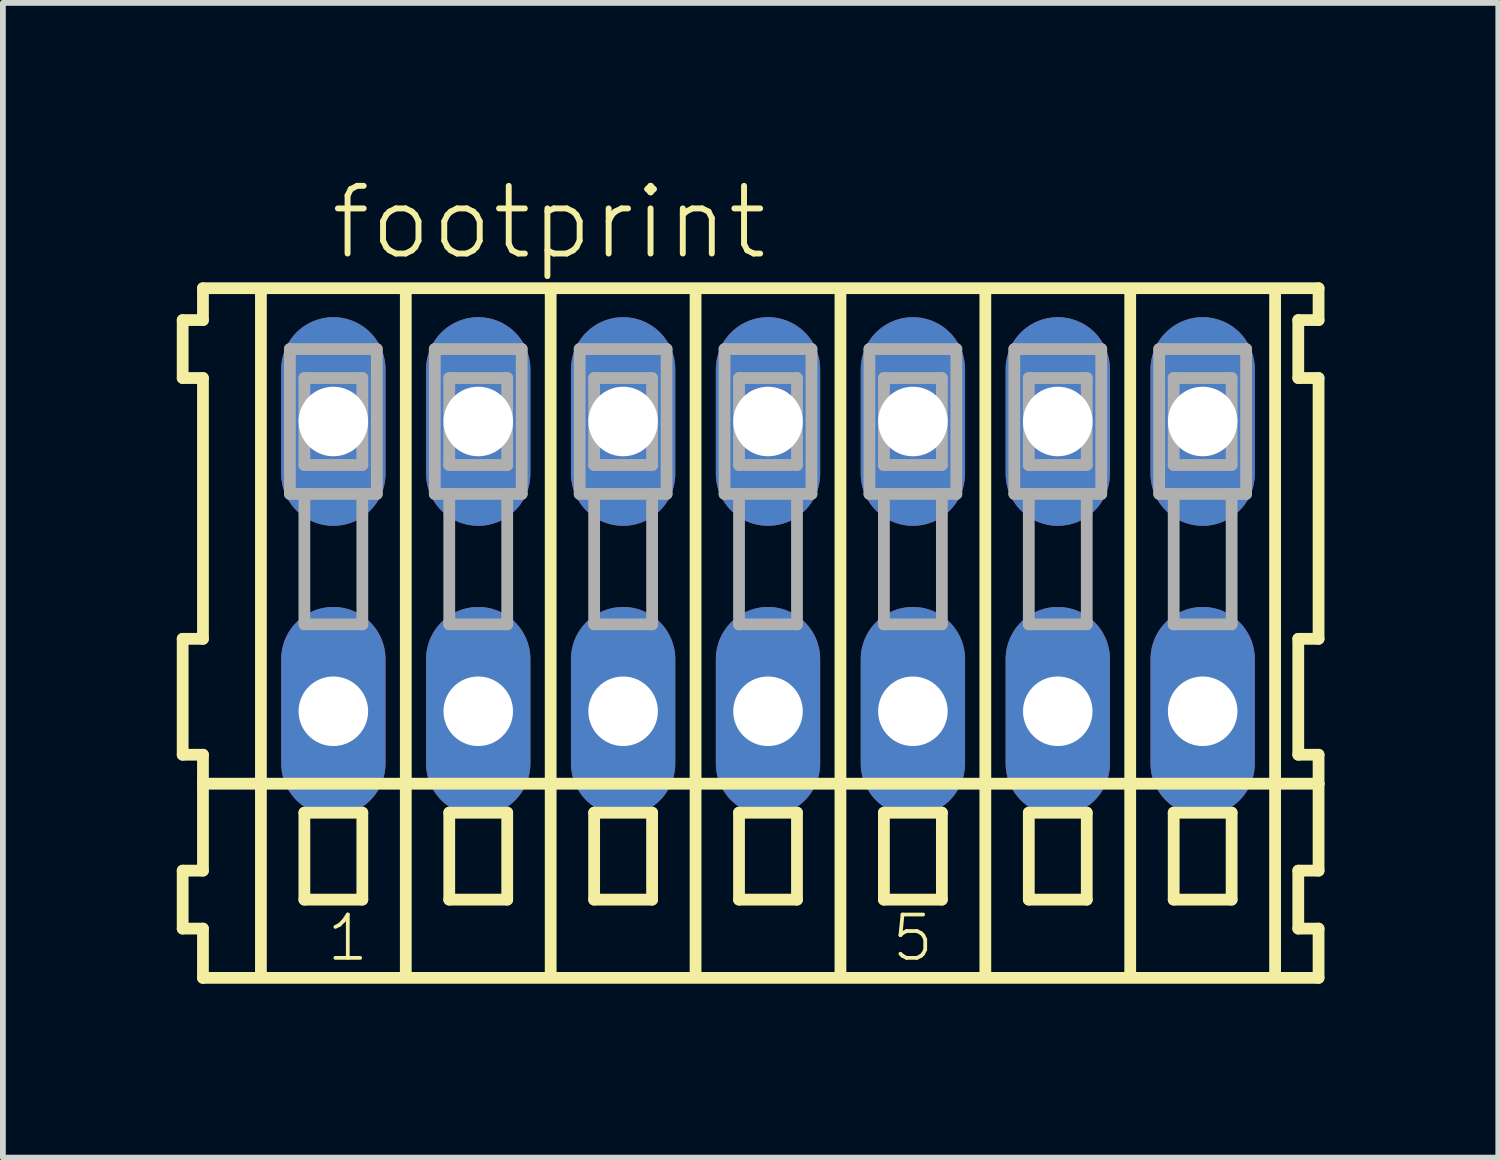
<source format=kicad_pcb>
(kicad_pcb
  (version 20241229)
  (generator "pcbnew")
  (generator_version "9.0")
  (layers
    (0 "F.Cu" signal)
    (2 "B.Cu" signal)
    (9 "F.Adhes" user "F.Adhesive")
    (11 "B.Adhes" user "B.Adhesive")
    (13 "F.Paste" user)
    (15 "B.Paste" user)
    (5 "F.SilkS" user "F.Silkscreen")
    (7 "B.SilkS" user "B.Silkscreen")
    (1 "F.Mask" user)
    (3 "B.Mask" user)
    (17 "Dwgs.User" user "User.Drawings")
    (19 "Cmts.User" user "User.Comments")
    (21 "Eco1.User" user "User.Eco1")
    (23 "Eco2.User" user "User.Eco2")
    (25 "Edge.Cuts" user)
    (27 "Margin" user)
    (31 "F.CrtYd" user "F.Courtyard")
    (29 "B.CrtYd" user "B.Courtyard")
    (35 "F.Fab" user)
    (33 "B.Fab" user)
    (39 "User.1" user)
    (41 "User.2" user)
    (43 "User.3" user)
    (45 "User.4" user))
  (footprint "footprint"
    (layer "F.Cu")
    (at 10.202 6.723)
    (property "Reference" "footprint" (at -7.6 -5.25 0) (layer "F.SilkS") (effects (font (size 1.168 1.168) (thickness 0.102)) (justify left bottom)))
    (fp_line (start -10.1 -4.25) (end -10.1 -3.25) (stroke (width 0.203) (type solid)) (layer "F.SilkS"))
    (fp_line (start -10.1 -3.25) (end -9.75 -3.25) (stroke (width 0.203) (type solid)) (layer "F.SilkS"))
    (fp_line (start -10.1 1.25) (end -10.1 3.25) (stroke (width 0.203) (type solid)) (layer "F.SilkS"))
    (fp_line (start -10.1 3.25) (end -9.75 3.25) (stroke (width 0.203) (type solid)) (layer "F.SilkS"))
    (fp_line (start -10.1 5.25) (end -10.1 6.25) (stroke (width 0.203) (type solid)) (layer "F.SilkS"))
    (fp_line (start -10.1 6.25) (end -9.75 6.25) (stroke (width 0.203) (type solid)) (layer "F.SilkS"))
    (fp_line (start -9.75 -4.8) (end -9.75 -4.25) (stroke (width 0.203) (type solid)) (layer "F.SilkS"))
    (fp_line (start -9.75 -4.25) (end -10.1 -4.25) (stroke (width 0.203) (type solid)) (layer "F.SilkS"))
    (fp_line (start -9.75 -3.25) (end -9.75 1.25) (stroke (width 0.203) (type solid)) (layer "F.SilkS"))
    (fp_line (start -9.75 1.25) (end -10.1 1.25) (stroke (width 0.203) (type solid)) (layer "F.SilkS"))
    (fp_line (start -9.75 3.25) (end -9.75 5.25) (stroke (width 0.203) (type solid)) (layer "F.SilkS"))
    (fp_line (start -9.75 3.75) (end 9.5 3.75) (stroke (width 0.203) (type solid)) (layer "F.SilkS"))
    (fp_line (start -9.75 5.25) (end -10.1 5.25) (stroke (width 0.203) (type solid)) (layer "F.SilkS"))
    (fp_line (start -9.75 6.25) (end -9.75 7.1) (stroke (width 0.203) (type solid)) (layer "F.SilkS"))
    (fp_line (start -9.75 7.1) (end 9.5 7.1) (stroke (width 0.203) (type solid)) (layer "F.SilkS"))
    (fp_line (start -8.75 -4.75) (end -8.75 7) (stroke (width 0.203) (type solid)) (layer "F.SilkS"))
    (fp_line (start -8 4.25) (end -8 5.75) (stroke (width 0.203) (type solid)) (layer "F.SilkS"))
    (fp_line (start -8 5.75) (end -7 5.75) (stroke (width 0.203) (type solid)) (layer "F.SilkS"))
    (fp_line (start -7 4.25) (end -8 4.25) (stroke (width 0.203) (type solid)) (layer "F.SilkS"))
    (fp_line (start -7 5.75) (end -7 4.25) (stroke (width 0.203) (type solid)) (layer "F.SilkS"))
    (fp_line (start -6.25 -4.75) (end -6.25 7) (stroke (width 0.203) (type solid)) (layer "F.SilkS"))
    (fp_line (start -5.5 4.25) (end -5.5 5.75) (stroke (width 0.203) (type solid)) (layer "F.SilkS"))
    (fp_line (start -5.5 5.75) (end -4.5 5.75) (stroke (width 0.203) (type solid)) (layer "F.SilkS"))
    (fp_line (start -4.5 4.25) (end -5.5 4.25) (stroke (width 0.203) (type solid)) (layer "F.SilkS"))
    (fp_line (start -4.5 5.75) (end -4.5 4.25) (stroke (width 0.203) (type solid)) (layer "F.SilkS"))
    (fp_line (start -3.75 -4.75) (end -3.75 7) (stroke (width 0.203) (type solid)) (layer "F.SilkS"))
    (fp_line (start -3 4.25) (end -3 5.75) (stroke (width 0.203) (type solid)) (layer "F.SilkS"))
    (fp_line (start -3 5.75) (end -2 5.75) (stroke (width 0.203) (type solid)) (layer "F.SilkS"))
    (fp_line (start -2 4.25) (end -3 4.25) (stroke (width 0.203) (type solid)) (layer "F.SilkS"))
    (fp_line (start -2 5.75) (end -2 4.25) (stroke (width 0.203) (type solid)) (layer "F.SilkS"))
    (fp_line (start -1.25 -4.75) (end -1.25 7) (stroke (width 0.203) (type solid)) (layer "F.SilkS"))
    (fp_line (start -0.5 4.25) (end -0.5 5.75) (stroke (width 0.203) (type solid)) (layer "F.SilkS"))
    (fp_line (start -0.5 5.75) (end 0.5 5.75) (stroke (width 0.203) (type solid)) (layer "F.SilkS"))
    (fp_line (start 0.5 4.25) (end -0.5 4.25) (stroke (width 0.203) (type solid)) (layer "F.SilkS"))
    (fp_line (start 0.5 5.75) (end 0.5 4.25) (stroke (width 0.203) (type solid)) (layer "F.SilkS"))
    (fp_line (start 1.25 -4.75) (end 1.25 7) (stroke (width 0.203) (type solid)) (layer "F.SilkS"))
    (fp_line (start 2 4.25) (end 2 5.75) (stroke (width 0.203) (type solid)) (layer "F.SilkS"))
    (fp_line (start 2 5.75) (end 3 5.75) (stroke (width 0.203) (type solid)) (layer "F.SilkS"))
    (fp_line (start 3 4.25) (end 2 4.25) (stroke (width 0.203) (type solid)) (layer "F.SilkS"))
    (fp_line (start 3 5.75) (end 3 4.25) (stroke (width 0.203) (type solid)) (layer "F.SilkS"))
    (fp_line (start 3.75 -4.75) (end 3.75 7) (stroke (width 0.203) (type solid)) (layer "F.SilkS"))
    (fp_line (start 4.5 4.25) (end 4.5 5.75) (stroke (width 0.203) (type solid)) (layer "F.SilkS"))
    (fp_line (start 4.5 5.75) (end 5.5 5.75) (stroke (width 0.203) (type solid)) (layer "F.SilkS"))
    (fp_line (start 5.5 4.25) (end 4.5 4.25) (stroke (width 0.203) (type solid)) (layer "F.SilkS"))
    (fp_line (start 5.5 5.75) (end 5.5 4.25) (stroke (width 0.203) (type solid)) (layer "F.SilkS"))
    (fp_line (start 6.25 -4.75) (end 6.25 7) (stroke (width 0.203) (type solid)) (layer "F.SilkS"))
    (fp_line (start 7 4.25) (end 7 5.75) (stroke (width 0.203) (type solid)) (layer "F.SilkS"))
    (fp_line (start 7 5.75) (end 8 5.75) (stroke (width 0.203) (type solid)) (layer "F.SilkS"))
    (fp_line (start 8 4.25) (end 7 4.25) (stroke (width 0.203) (type solid)) (layer "F.SilkS"))
    (fp_line (start 8 5.75) (end 8 4.25) (stroke (width 0.203) (type solid)) (layer "F.SilkS"))
    (fp_line (start 8.75 -4.75) (end 8.75 7) (stroke (width 0.203) (type solid)) (layer "F.SilkS"))
    (fp_line (start 9.15 -4.25) (end 9.15 -3.25) (stroke (width 0.203) (type solid)) (layer "F.SilkS"))
    (fp_line (start 9.15 -3.25) (end 9.5 -3.25) (stroke (width 0.203) (type solid)) (layer "F.SilkS"))
    (fp_line (start 9.15 1.25) (end 9.15 3.25) (stroke (width 0.203) (type solid)) (layer "F.SilkS"))
    (fp_line (start 9.15 3.25) (end 9.5 3.25) (stroke (width 0.203) (type solid)) (layer "F.SilkS"))
    (fp_line (start 9.15 5.25) (end 9.15 6.25) (stroke (width 0.203) (type solid)) (layer "F.SilkS"))
    (fp_line (start 9.15 6.25) (end 9.5 6.25) (stroke (width 0.203) (type solid)) (layer "F.SilkS"))
    (fp_line (start 9.5 -4.8) (end -9.75 -4.8) (stroke (width 0.203) (type solid)) (layer "F.SilkS"))
    (fp_line (start 9.5 -4.25) (end 9.15 -4.25) (stroke (width 0.203) (type solid)) (layer "F.SilkS"))
    (fp_line (start 9.5 -4.25) (end 9.5 -4.8) (stroke (width 0.203) (type solid)) (layer "F.SilkS"))
    (fp_line (start 9.5 1.25) (end 9.15 1.25) (stroke (width 0.203) (type solid)) (layer "F.SilkS"))
    (fp_line (start 9.5 1.25) (end 9.5 -3.25) (stroke (width 0.203) (type solid)) (layer "F.SilkS"))
    (fp_line (start 9.5 3.75) (end 9.5 3.25) (stroke (width 0.203) (type solid)) (layer "F.SilkS"))
    (fp_line (start 9.5 5.25) (end 9.15 5.25) (stroke (width 0.203) (type solid)) (layer "F.SilkS"))
    (fp_line (start 9.5 5.25) (end 9.5 3.75) (stroke (width 0.203) (type solid)) (layer "F.SilkS"))
    (fp_line (start 9.5 7.1) (end 9.5 6.25) (stroke (width 0.203) (type solid)) (layer "F.SilkS"))
    (fp_line (start -8.25 -3.75) (end -8.25 -1.25) (stroke (width 0.203) (type solid)) (layer "F.Fab"))
    (fp_line (start -8.25 -1.25) (end -8 -1.25) (stroke (width 0.203) (type solid)) (layer "F.Fab"))
    (fp_line (start -8 -3.25) (end -8 -1.75) (stroke (width 0.203) (type solid)) (layer "F.Fab"))
    (fp_line (start -8 -1.75) (end -7 -1.75) (stroke (width 0.203) (type solid)) (layer "F.Fab"))
    (fp_line (start -8 -1.25) (end -8 1) (stroke (width 0.203) (type solid)) (layer "F.Fab"))
    (fp_line (start -8 -1.25) (end -7 -1.25) (stroke (width 0.203) (type solid)) (layer "F.Fab"))
    (fp_line (start -8 1) (end -7 1) (stroke (width 0.203) (type solid)) (layer "F.Fab"))
    (fp_line (start -7 -3.25) (end -8 -3.25) (stroke (width 0.203) (type solid)) (layer "F.Fab"))
    (fp_line (start -7 -1.75) (end -7 -3.25) (stroke (width 0.203) (type solid)) (layer "F.Fab"))
    (fp_line (start -7 -1.25) (end -6.75 -1.25) (stroke (width 0.203) (type solid)) (layer "F.Fab"))
    (fp_line (start -7 1) (end -7 -1.25) (stroke (width 0.203) (type solid)) (layer "F.Fab"))
    (fp_line (start -6.75 -3.75) (end -8.25 -3.75) (stroke (width 0.203) (type solid)) (layer "F.Fab"))
    (fp_line (start -6.75 -1.25) (end -6.75 -3.75) (stroke (width 0.203) (type solid)) (layer "F.Fab"))
    (fp_line (start -5.75 -3.75) (end -5.75 -1.25) (stroke (width 0.203) (type solid)) (layer "F.Fab"))
    (fp_line (start -5.75 -1.25) (end -5.5 -1.25) (stroke (width 0.203) (type solid)) (layer "F.Fab"))
    (fp_line (start -5.5 -3.25) (end -5.5 -1.75) (stroke (width 0.203) (type solid)) (layer "F.Fab"))
    (fp_line (start -5.5 -1.75) (end -4.5 -1.75) (stroke (width 0.203) (type solid)) (layer "F.Fab"))
    (fp_line (start -5.5 -1.25) (end -5.5 1) (stroke (width 0.203) (type solid)) (layer "F.Fab"))
    (fp_line (start -5.5 -1.25) (end -4.5 -1.25) (stroke (width 0.203) (type solid)) (layer "F.Fab"))
    (fp_line (start -5.5 1) (end -4.5 1) (stroke (width 0.203) (type solid)) (layer "F.Fab"))
    (fp_line (start -4.5 -3.25) (end -5.5 -3.25) (stroke (width 0.203) (type solid)) (layer "F.Fab"))
    (fp_line (start -4.5 -1.75) (end -4.5 -3.25) (stroke (width 0.203) (type solid)) (layer "F.Fab"))
    (fp_line (start -4.5 -1.25) (end -4.25 -1.25) (stroke (width 0.203) (type solid)) (layer "F.Fab"))
    (fp_line (start -4.5 1) (end -4.5 -1.25) (stroke (width 0.203) (type solid)) (layer "F.Fab"))
    (fp_line (start -4.25 -3.75) (end -5.75 -3.75) (stroke (width 0.203) (type solid)) (layer "F.Fab"))
    (fp_line (start -4.25 -1.25) (end -4.25 -3.75) (stroke (width 0.203) (type solid)) (layer "F.Fab"))
    (fp_line (start -3.25 -3.75) (end -3.25 -1.25) (stroke (width 0.203) (type solid)) (layer "F.Fab"))
    (fp_line (start -3.25 -1.25) (end -3 -1.25) (stroke (width 0.203) (type solid)) (layer "F.Fab"))
    (fp_line (start -3 -3.25) (end -3 -1.75) (stroke (width 0.203) (type solid)) (layer "F.Fab"))
    (fp_line (start -3 -1.75) (end -2 -1.75) (stroke (width 0.203) (type solid)) (layer "F.Fab"))
    (fp_line (start -3 -1.25) (end -3 1) (stroke (width 0.203) (type solid)) (layer "F.Fab"))
    (fp_line (start -3 -1.25) (end -2 -1.25) (stroke (width 0.203) (type solid)) (layer "F.Fab"))
    (fp_line (start -3 1) (end -2 1) (stroke (width 0.203) (type solid)) (layer "F.Fab"))
    (fp_line (start -2 -3.25) (end -3 -3.25) (stroke (width 0.203) (type solid)) (layer "F.Fab"))
    (fp_line (start -2 -1.75) (end -2 -3.25) (stroke (width 0.203) (type solid)) (layer "F.Fab"))
    (fp_line (start -2 -1.25) (end -1.75 -1.25) (stroke (width 0.203) (type solid)) (layer "F.Fab"))
    (fp_line (start -2 1) (end -2 -1.25) (stroke (width 0.203) (type solid)) (layer "F.Fab"))
    (fp_line (start -1.75 -3.75) (end -3.25 -3.75) (stroke (width 0.203) (type solid)) (layer "F.Fab"))
    (fp_line (start -1.75 -1.25) (end -1.75 -3.75) (stroke (width 0.203) (type solid)) (layer "F.Fab"))
    (fp_line (start -0.75 -3.75) (end -0.75 -1.25) (stroke (width 0.203) (type solid)) (layer "F.Fab"))
    (fp_line (start -0.75 -1.25) (end -0.5 -1.25) (stroke (width 0.203) (type solid)) (layer "F.Fab"))
    (fp_line (start -0.5 -3.25) (end -0.5 -1.75) (stroke (width 0.203) (type solid)) (layer "F.Fab"))
    (fp_line (start -0.5 -1.75) (end 0.5 -1.75) (stroke (width 0.203) (type solid)) (layer "F.Fab"))
    (fp_line (start -0.5 -1.25) (end -0.5 1) (stroke (width 0.203) (type solid)) (layer "F.Fab"))
    (fp_line (start -0.5 -1.25) (end 0.5 -1.25) (stroke (width 0.203) (type solid)) (layer "F.Fab"))
    (fp_line (start -0.5 1) (end 0.5 1) (stroke (width 0.203) (type solid)) (layer "F.Fab"))
    (fp_line (start 0.5 -3.25) (end -0.5 -3.25) (stroke (width 0.203) (type solid)) (layer "F.Fab"))
    (fp_line (start 0.5 -1.75) (end 0.5 -3.25) (stroke (width 0.203) (type solid)) (layer "F.Fab"))
    (fp_line (start 0.5 -1.25) (end 0.75 -1.25) (stroke (width 0.203) (type solid)) (layer "F.Fab"))
    (fp_line (start 0.5 1) (end 0.5 -1.25) (stroke (width 0.203) (type solid)) (layer "F.Fab"))
    (fp_line (start 0.75 -3.75) (end -0.75 -3.75) (stroke (width 0.203) (type solid)) (layer "F.Fab"))
    (fp_line (start 0.75 -1.25) (end 0.75 -3.75) (stroke (width 0.203) (type solid)) (layer "F.Fab"))
    (fp_line (start 1.75 -3.75) (end 1.75 -1.25) (stroke (width 0.203) (type solid)) (layer "F.Fab"))
    (fp_line (start 1.75 -1.25) (end 2 -1.25) (stroke (width 0.203) (type solid)) (layer "F.Fab"))
    (fp_line (start 2 -3.25) (end 2 -1.75) (stroke (width 0.203) (type solid)) (layer "F.Fab"))
    (fp_line (start 2 -1.75) (end 3 -1.75) (stroke (width 0.203) (type solid)) (layer "F.Fab"))
    (fp_line (start 2 -1.25) (end 2 1) (stroke (width 0.203) (type solid)) (layer "F.Fab"))
    (fp_line (start 2 -1.25) (end 3 -1.25) (stroke (width 0.203) (type solid)) (layer "F.Fab"))
    (fp_line (start 2 1) (end 3 1) (stroke (width 0.203) (type solid)) (layer "F.Fab"))
    (fp_line (start 3 -3.25) (end 2 -3.25) (stroke (width 0.203) (type solid)) (layer "F.Fab"))
    (fp_line (start 3 -1.75) (end 3 -3.25) (stroke (width 0.203) (type solid)) (layer "F.Fab"))
    (fp_line (start 3 -1.25) (end 3.25 -1.25) (stroke (width 0.203) (type solid)) (layer "F.Fab"))
    (fp_line (start 3 1) (end 3 -1.25) (stroke (width 0.203) (type solid)) (layer "F.Fab"))
    (fp_line (start 3.25 -3.75) (end 1.75 -3.75) (stroke (width 0.203) (type solid)) (layer "F.Fab"))
    (fp_line (start 3.25 -1.25) (end 3.25 -3.75) (stroke (width 0.203) (type solid)) (layer "F.Fab"))
    (fp_line (start 4.25 -3.75) (end 4.25 -1.25) (stroke (width 0.203) (type solid)) (layer "F.Fab"))
    (fp_line (start 4.25 -1.25) (end 4.5 -1.25) (stroke (width 0.203) (type solid)) (layer "F.Fab"))
    (fp_line (start 4.5 -3.25) (end 4.5 -1.75) (stroke (width 0.203) (type solid)) (layer "F.Fab"))
    (fp_line (start 4.5 -1.75) (end 5.5 -1.75) (stroke (width 0.203) (type solid)) (layer "F.Fab"))
    (fp_line (start 4.5 -1.25) (end 4.5 1) (stroke (width 0.203) (type solid)) (layer "F.Fab"))
    (fp_line (start 4.5 -1.25) (end 5.5 -1.25) (stroke (width 0.203) (type solid)) (layer "F.Fab"))
    (fp_line (start 4.5 1) (end 5.5 1) (stroke (width 0.203) (type solid)) (layer "F.Fab"))
    (fp_line (start 5.5 -3.25) (end 4.5 -3.25) (stroke (width 0.203) (type solid)) (layer "F.Fab"))
    (fp_line (start 5.5 -1.75) (end 5.5 -3.25) (stroke (width 0.203) (type solid)) (layer "F.Fab"))
    (fp_line (start 5.5 -1.25) (end 5.75 -1.25) (stroke (width 0.203) (type solid)) (layer "F.Fab"))
    (fp_line (start 5.5 1) (end 5.5 -1.25) (stroke (width 0.203) (type solid)) (layer "F.Fab"))
    (fp_line (start 5.75 -3.75) (end 4.25 -3.75) (stroke (width 0.203) (type solid)) (layer "F.Fab"))
    (fp_line (start 5.75 -1.25) (end 5.75 -3.75) (stroke (width 0.203) (type solid)) (layer "F.Fab"))
    (fp_line (start 6.75 -3.75) (end 6.75 -1.25) (stroke (width 0.203) (type solid)) (layer "F.Fab"))
    (fp_line (start 6.75 -1.25) (end 7 -1.25) (stroke (width 0.203) (type solid)) (layer "F.Fab"))
    (fp_line (start 7 -3.25) (end 7 -1.75) (stroke (width 0.203) (type solid)) (layer "F.Fab"))
    (fp_line (start 7 -1.75) (end 8 -1.75) (stroke (width 0.203) (type solid)) (layer "F.Fab"))
    (fp_line (start 7 -1.25) (end 7 1) (stroke (width 0.203) (type solid)) (layer "F.Fab"))
    (fp_line (start 7 -1.25) (end 8 -1.25) (stroke (width 0.203) (type solid)) (layer "F.Fab"))
    (fp_line (start 7 1) (end 8 1) (stroke (width 0.203) (type solid)) (layer "F.Fab"))
    (fp_line (start 8 -3.25) (end 7 -3.25) (stroke (width 0.203) (type solid)) (layer "F.Fab"))
    (fp_line (start 8 -1.75) (end 8 -3.25) (stroke (width 0.203) (type solid)) (layer "F.Fab"))
    (fp_line (start 8 -1.25) (end 8.25 -1.25) (stroke (width 0.203) (type solid)) (layer "F.Fab"))
    (fp_line (start 8 1) (end 8 -1.25) (stroke (width 0.203) (type solid)) (layer "F.Fab"))
    (fp_line (start 8.25 -3.75) (end 6.75 -3.75) (stroke (width 0.203) (type solid)) (layer "F.Fab"))
    (fp_line (start 8.25 -1.25) (end 8.25 -3.75) (stroke (width 0.203) (type solid)) (layer "F.Fab"))
    (fp_text user "1" (at -7.65 6.85 0) (layer "F.SilkS") (effects (font (size 0.748 0.748) (thickness 0.065)) (justify left bottom)))
    (fp_text user "5" (at 2.1 6.85 0) (layer "F.SilkS") (effects (font (size 0.748 0.748) (thickness 0.065)) (justify left bottom)))
    (pad "A1" thru_hole oval (at -7.5 -2.5 90) (size 3.6 1.8) (drill 1.2) (layers "*.Cu" "*.Mask"))
    (pad "A2" thru_hole oval (at -5 -2.5 90) (size 3.6 1.8) (drill 1.2) (layers "*.Cu" "*.Mask"))
    (pad "A3" thru_hole oval (at -2.5 -2.5 90) (size 3.6 1.8) (drill 1.2) (layers "*.Cu" "*.Mask"))
    (pad "A4" thru_hole oval (at 0 -2.5 90) (size 3.6 1.8) (drill 1.2) (layers "*.Cu" "*.Mask"))
    (pad "A5" thru_hole oval (at 2.5 -2.5 90) (size 3.6 1.8) (drill 1.2) (layers "*.Cu" "*.Mask"))
    (pad "A6" thru_hole oval (at 5 -2.5 90) (size 3.6 1.8) (drill 1.2) (layers "*.Cu" "*.Mask"))
    (pad "A7" thru_hole oval (at 7.5 -2.5 90) (size 3.6 1.8) (drill 1.2) (layers "*.Cu" "*.Mask"))
    (pad "B1" thru_hole oval (at -7.5 2.5 90) (size 3.6 1.8) (drill 1.2) (layers "*.Cu" "*.Mask"))
    (pad "B2" thru_hole oval (at -5 2.5 90) (size 3.6 1.8) (drill 1.2) (layers "*.Cu" "*.Mask"))
    (pad "B3" thru_hole oval (at -2.5 2.5 90) (size 3.6 1.8) (drill 1.2) (layers "*.Cu" "*.Mask"))
    (pad "B4" thru_hole oval (at 0 2.5 90) (size 3.6 1.8) (drill 1.2) (layers "*.Cu" "*.Mask"))
    (pad "B5" thru_hole oval (at 2.5 2.5 90) (size 3.6 1.8) (drill 1.2) (layers "*.Cu" "*.Mask"))
    (pad "B6" thru_hole oval (at 5 2.5 90) (size 3.6 1.8) (drill 1.2) (layers "*.Cu" "*.Mask"))
    (pad "B7" thru_hole oval (at 7.5 2.5 90) (size 3.6 1.8) (drill 1.2) (layers "*.Cu" "*.Mask")))
  (gr_rect
    (start -3 -3)
    (end 22.803 16.925)
    (stroke (width 0.1) (type default))
    (fill no)
    (layer "Edge.Cuts")))
</source>
